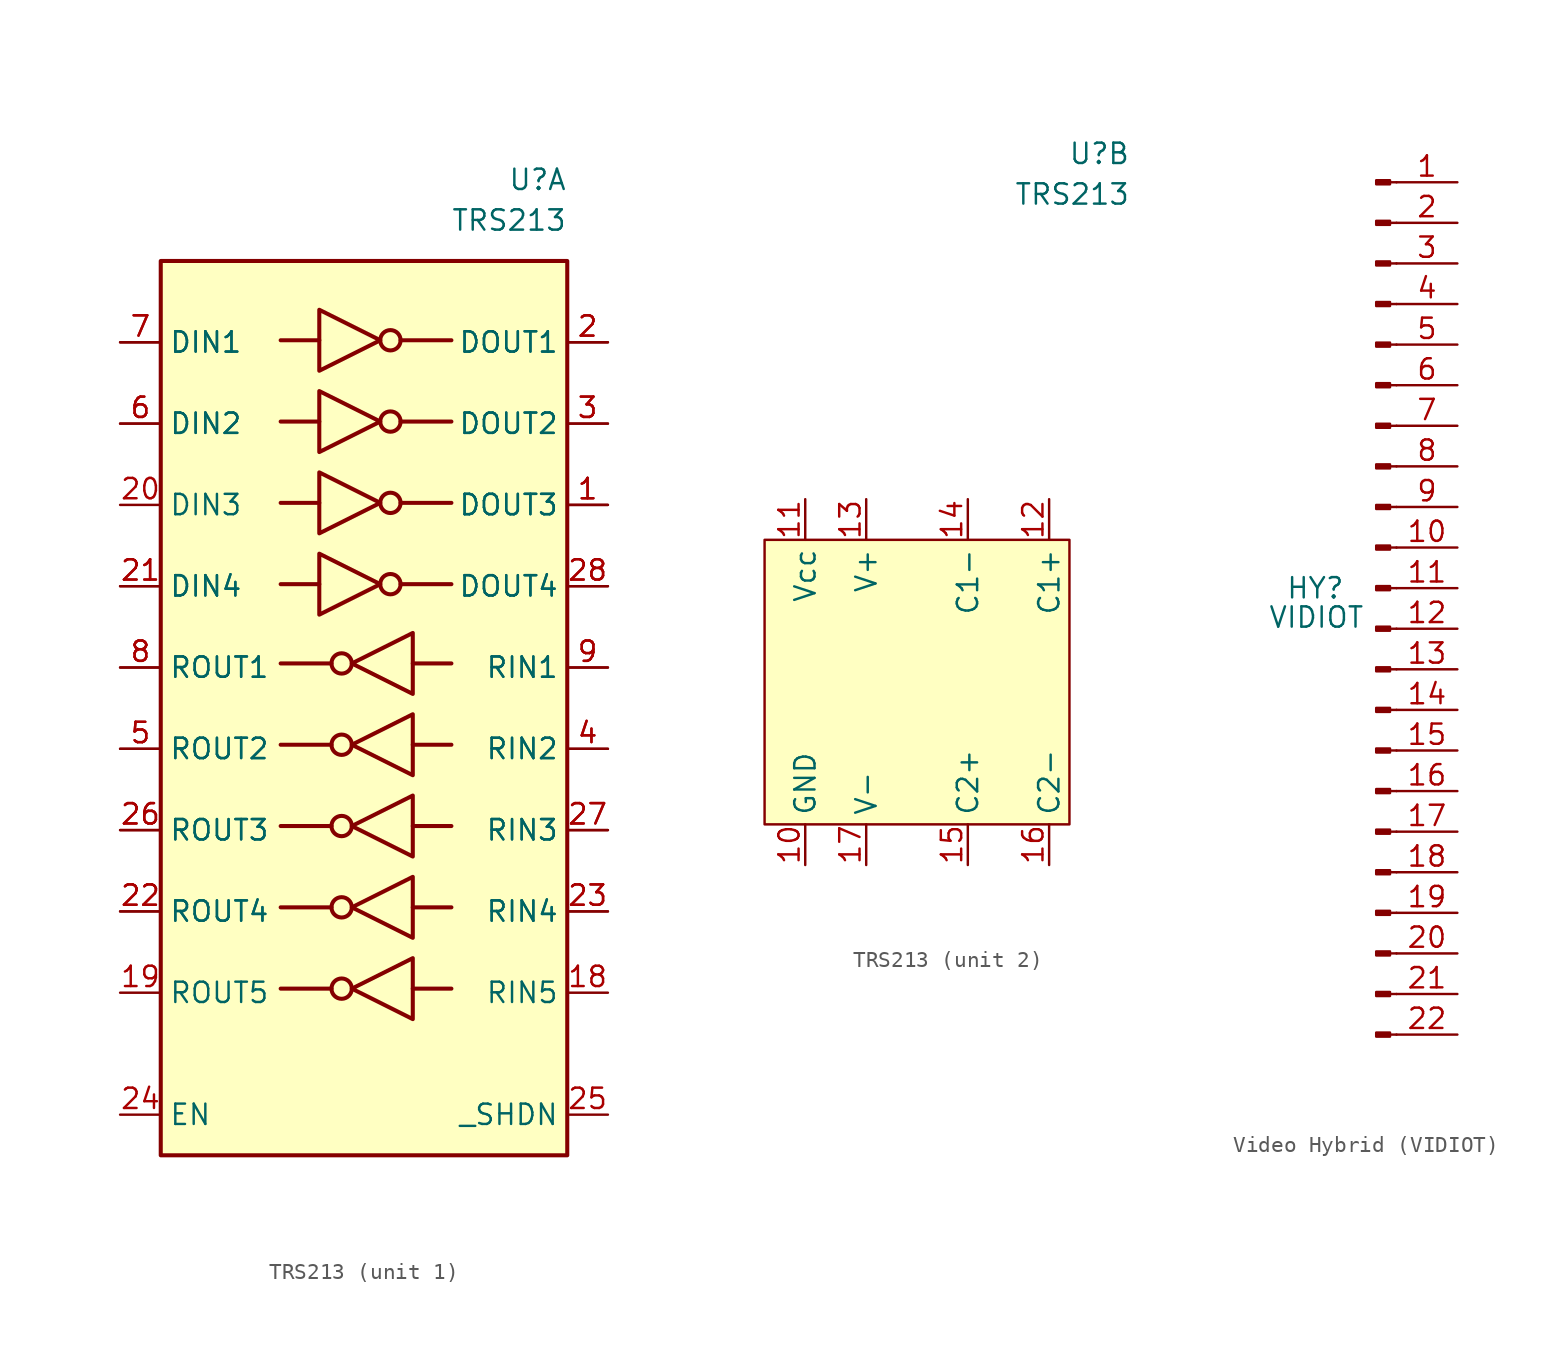
<source format=kicad_sym>
(kicad_symbol_lib
  (version 20231120)
  (generator "kicad_symbol_editor")
  (generator_version "8.0")
  (symbol "TRS213"
    (property "Reference" "U"
      (at 12.7 33.02 0)
      (effects (font (size 1.27 1.27)) (justify right)))
    (property "Value" "TRS213"
      (at 12.7 30.48 0)
      (effects (font (size 1.27 1.27)) (justify right)))
    (property "ki_locked" ""
      (at 0 0 0)
      (effects (font (size 1.27 1.27))))
    (symbol "TRS213_1_0"
      (pin input line (at 15.24 -17.78 180) (length 2.54) (name "RIN5" (effects (font (size 1.27 1.27)))) (number "18" (effects (font (size 1.27 1.27)))))
      (pin output line (at -15.24 -17.78 0) (length 2.54) (name "ROUT5" (effects (font (size 1.27 1.27)))) (number "19" (effects (font (size 1.27 1.27)))))
      (pin input line (at -15.24 12.7 0) (length 2.54) (name "DIN3" (effects (font (size 1.27 1.27)))) (number "20" (effects (font (size 1.27 1.27)))))
      (pin input line (at -15.24 7.62 0) (length 2.54) (name "DIN4" (effects (font (size 1.27 1.27)))) (number "21" (effects (font (size 1.27 1.27)))))
      (pin input line (at -15.24 7.62 0) (length 2.54) (name "DIN4" (effects (font (size 1.27 1.27)))) (number "21" (effects (font (size 1.27 1.27)))))
      (pin output line (at -15.24 -12.7 0) (length 2.54) (name "ROUT4" (effects (font (size 1.27 1.27)))) (number "22" (effects (font (size 1.27 1.27)))))
      (pin output line (at -15.24 -12.7 0) (length 2.54) (name "ROUT4" (effects (font (size 1.27 1.27)))) (number "22" (effects (font (size 1.27 1.27)))))
      (pin input line (at 15.24 -12.7 180) (length 2.54) (name "RIN4" (effects (font (size 1.27 1.27)))) (number "23" (effects (font (size 1.27 1.27)))))
      (pin input line (at 15.24 -12.7 180) (length 2.54) (name "RIN4" (effects (font (size 1.27 1.27)))) (number "23" (effects (font (size 1.27 1.27)))))
      (pin input line (at -15.24 -25.4 0) (length 2.54) (name "EN" (effects (font (size 1.27 1.27)))) (number "24" (effects (font (size 1.27 1.27)))))
      (pin input line (at 15.24 -25.4 180) (length 2.54) (name "_SHDN" (effects (font (size 1.27 1.27)))) (number "25" (effects (font (size 1.27 1.27)))))
      (pin output line (at -15.24 -7.62 0) (length 2.54) (name "ROUT3" (effects (font (size 1.27 1.27)))) (number "26" (effects (font (size 1.27 1.27)))))
      (pin output line (at -15.24 -7.62 0) (length 2.54) (name "ROUT3" (effects (font (size 1.27 1.27)))) (number "26" (effects (font (size 1.27 1.27)))))
      (pin input line (at 15.24 -7.62 180) (length 2.54) (name "RIN3" (effects (font (size 1.27 1.27)))) (number "27" (effects (font (size 1.27 1.27)))))
      (pin input line (at 15.24 -7.62 180) (length 2.54) (name "RIN3" (effects (font (size 1.27 1.27)))) (number "27" (effects (font (size 1.27 1.27)))))
      (pin output line (at 15.24 7.62 180) (length 2.54) (name "DOUT4" (effects (font (size 1.27 1.27)))) (number "28" (effects (font (size 1.27 1.27)))))
      (pin output line (at 15.24 7.62 180) (length 2.54) (name "DOUT4" (effects (font (size 1.27 1.27)))) (number "28" (effects (font (size 1.27 1.27))))))
    (symbol "TRS213_1_1"
      (rectangle (start -12.7 27.94) (end 12.7 -27.94) (stroke (width 0.254) (type default)) (fill (type background)))
      (circle (center -1.397 -17.526) (radius 0.635) (stroke (width 0.254) (type default)) (fill (type none)))
      (circle (center -1.397 -12.446) (radius 0.635) (stroke (width 0.254) (type default)) (fill (type none)))
      (circle (center -1.397 -7.366) (radius 0.635) (stroke (width 0.254) (type default)) (fill (type none)))
      (circle (center -1.397 -2.286) (radius 0.635) (stroke (width 0.254) (type default)) (fill (type none)))
      (circle (center -1.397 2.794) (radius 0.635) (stroke (width 0.254) (type default)) (fill (type none)))
      (polyline (pts (xy -2.794 7.747) (xy -5.207 7.747)) (stroke (width 0.254) (type default)) (fill (type none)))
      (polyline (pts (xy -2.794 12.827) (xy -5.207 12.827)) (stroke (width 0.254) (type default)) (fill (type none)))
      (polyline (pts (xy -2.794 17.907) (xy -5.207 17.907)) (stroke (width 0.254) (type default)) (fill (type none)))
      (polyline (pts (xy -2.794 22.987) (xy -5.207 22.987)) (stroke (width 0.254) (type default)) (fill (type none)))
      (polyline (pts (xy -2.032 -17.526) (xy -5.207 -17.526)) (stroke (width 0.254) (type default)) (fill (type none)))
      (polyline (pts (xy -2.032 -12.446) (xy -5.207 -12.446)) (stroke (width 0.254) (type default)) (fill (type none)))
      (polyline (pts (xy -2.032 -7.366) (xy -5.207 -7.366)) (stroke (width 0.254) (type default)) (fill (type none)))
      (polyline (pts (xy -2.032 -2.286) (xy -5.207 -2.286)) (stroke (width 0.254) (type default)) (fill (type none)))
      (polyline (pts (xy -2.032 2.794) (xy -5.207 2.794)) (stroke (width 0.254) (type default)) (fill (type none)))
      (polyline (pts (xy 2.286 7.747) (xy 5.461 7.747)) (stroke (width 0.254) (type default)) (fill (type none)))
      (polyline (pts (xy 2.286 12.827) (xy 5.461 12.827)) (stroke (width 0.254) (type default)) (fill (type none)))
      (polyline (pts (xy 2.286 17.907) (xy 5.461 17.907)) (stroke (width 0.254) (type default)) (fill (type none)))
      (polyline (pts (xy 2.286 22.987) (xy 5.461 22.987)) (stroke (width 0.254) (type default)) (fill (type none)))
      (polyline (pts (xy 3.048 -17.526) (xy 5.461 -17.526)) (stroke (width 0.254) (type default)) (fill (type none)))
      (polyline (pts (xy 3.048 -12.446) (xy 5.461 -12.446)) (stroke (width 0.254) (type default)) (fill (type none)))
      (polyline (pts (xy 3.048 -7.366) (xy 5.461 -7.366)) (stroke (width 0.254) (type default)) (fill (type none)))
      (polyline (pts (xy 3.048 -2.286) (xy 5.461 -2.286)) (stroke (width 0.254) (type default)) (fill (type none)))
      (polyline (pts (xy 3.048 2.794) (xy 5.461 2.794)) (stroke (width 0.254) (type default)) (fill (type none)))
      (polyline (pts (xy -2.794 5.842) (xy -2.794 9.652) (xy 1.016 7.747) (xy -2.794 5.842)) (stroke (width 0.254) (type default)) (fill (type none)))
      (polyline (pts (xy -2.794 10.922) (xy -2.794 14.732) (xy 1.016 12.827) (xy -2.794 10.922)) (stroke (width 0.254) (type default)) (fill (type none)))
      (polyline (pts (xy -2.794 16.002) (xy -2.794 19.812) (xy 1.016 17.907) (xy -2.794 16.002)) (stroke (width 0.254) (type default)) (fill (type none)))
      (polyline (pts (xy -2.794 21.082) (xy -2.794 24.892) (xy 1.016 22.987) (xy -2.794 21.082)) (stroke (width 0.254) (type default)) (fill (type none)))
      (polyline (pts (xy 3.048 -15.621) (xy 3.048 -19.431) (xy -0.762 -17.526) (xy 3.048 -15.621)) (stroke (width 0.254) (type default)) (fill (type none)))
      (polyline (pts (xy 3.048 -10.541) (xy 3.048 -14.351) (xy -0.762 -12.446) (xy 3.048 -10.541)) (stroke (width 0.254) (type default)) (fill (type none)))
      (polyline (pts (xy 3.048 -5.461) (xy 3.048 -9.271) (xy -0.762 -7.366) (xy 3.048 -5.461)) (stroke (width 0.254) (type default)) (fill (type none)))
      (polyline (pts (xy 3.048 -0.381) (xy 3.048 -4.191) (xy -0.762 -2.286) (xy 3.048 -0.381)) (stroke (width 0.254) (type default)) (fill (type none)))
      (polyline (pts (xy 3.048 4.699) (xy 3.048 0.889) (xy -0.762 2.794) (xy 3.048 4.699)) (stroke (width 0.254) (type default)) (fill (type none)))
      (circle (center 1.651 7.747) (radius 0.635) (stroke (width 0.254) (type default)) (fill (type none)))
      (circle (center 1.651 12.827) (radius 0.635) (stroke (width 0.254) (type default)) (fill (type none)))
      (circle (center 1.651 17.907) (radius 0.635) (stroke (width 0.254) (type default)) (fill (type none)))
      (circle (center 1.651 22.987) (radius 0.635) (stroke (width 0.254) (type default)) (fill (type none)))
      (pin output line (at 15.24 12.7 180) (length 2.54) (name "DOUT3" (effects (font (size 1.27 1.27)))) (number "1" (effects (font (size 1.27 1.27)))))
      (pin output line (at 15.24 12.7 180) (length 2.54) (name "DOUT3" (effects (font (size 1.27 1.27)))) (number "1" (effects (font (size 1.27 1.27)))))
      (pin output line (at 15.24 22.86 180) (length 2.54) (name "DOUT1" (effects (font (size 1.27 1.27)))) (number "2" (effects (font (size 1.27 1.27)))))
      (pin output line (at 15.24 22.86 180) (length 2.54) (name "DOUT1" (effects (font (size 1.27 1.27)))) (number "2" (effects (font (size 1.27 1.27)))))
      (pin output line (at 15.24 17.78 180) (length 2.54) (name "DOUT2" (effects (font (size 1.27 1.27)))) (number "3" (effects (font (size 1.27 1.27)))))
      (pin output line (at 15.24 17.78 180) (length 2.54) (name "DOUT2" (effects (font (size 1.27 1.27)))) (number "3" (effects (font (size 1.27 1.27)))))
      (pin input line (at 15.24 -2.54 180) (length 2.54) (name "RIN2" (effects (font (size 1.27 1.27)))) (number "4" (effects (font (size 1.27 1.27)))))
      (pin input line (at 15.24 -2.54 180) (length 2.54) (name "RIN2" (effects (font (size 1.27 1.27)))) (number "4" (effects (font (size 1.27 1.27)))))
      (pin output line (at -15.24 -2.54 0) (length 2.54) (name "ROUT2" (effects (font (size 1.27 1.27)))) (number "5" (effects (font (size 1.27 1.27)))))
      (pin output line (at -15.24 -2.54 0) (length 2.54) (name "ROUT2" (effects (font (size 1.27 1.27)))) (number "5" (effects (font (size 1.27 1.27)))))
      (pin input line (at -15.24 17.78 0) (length 2.54) (name "DIN2" (effects (font (size 1.27 1.27)))) (number "6" (effects (font (size 1.27 1.27)))))
      (pin input line (at -15.24 17.78 0) (length 2.54) (name "DIN2" (effects (font (size 1.27 1.27)))) (number "6" (effects (font (size 1.27 1.27)))))
      (pin input line (at -15.24 22.86 0) (length 2.54) (name "DIN1" (effects (font (size 1.27 1.27)))) (number "7" (effects (font (size 1.27 1.27)))))
      (pin input line (at -15.24 22.86 0) (length 2.54) (name "DIN1" (effects (font (size 1.27 1.27)))) (number "7" (effects (font (size 1.27 1.27)))))
      (pin output line (at -15.24 2.54 0) (length 2.54) (name "ROUT1" (effects (font (size 1.27 1.27)))) (number "8" (effects (font (size 1.27 1.27)))))
      (pin output line (at -15.24 2.54 0) (length 2.54) (name "ROUT1" (effects (font (size 1.27 1.27)))) (number "8" (effects (font (size 1.27 1.27)))))
      (pin input line (at 15.24 2.54 180) (length 2.54) (name "RIN1" (effects (font (size 1.27 1.27)))) (number "9" (effects (font (size 1.27 1.27)))))
      (pin input line (at 15.24 2.54 180) (length 2.54) (name "RIN1" (effects (font (size 1.27 1.27)))) (number "9" (effects (font (size 1.27 1.27))))))
    (symbol "TRS213_2_0"
      (pin passive line (at -3.81 -11.43 90) (length 2.54) (name "V-" (effects (font (size 1.27 1.27)))) (number "17" (effects (font (size 1.27 1.27))))))
    (symbol "TRS213_2_1"
      (rectangle (start -10.16 8.89) (end 8.89 -8.89) (stroke (width 0) (type default)) (fill (type background)))
      (pin power_in line (at -7.62 -11.43 90) (length 2.54) (name "GND" (effects (font (size 1.27 1.27)))) (number "10" (effects (font (size 1.27 1.27)))))
      (pin power_in line (at -7.62 11.43 270) (length 2.54) (name "Vcc" (effects (font (size 1.27 1.27)))) (number "11" (effects (font (size 1.27 1.27)))))
      (pin passive line (at 7.62 11.43 270) (length 2.54) (name "C1+" (effects (font (size 1.27 1.27)))) (number "12" (effects (font (size 1.27 1.27)))))
      (pin passive line (at -3.81 11.43 270) (length 2.54) (name "V+" (effects (font (size 1.27 1.27)))) (number "13" (effects (font (size 1.27 1.27)))))
      (pin passive line (at 2.54 11.43 270) (length 2.54) (name "C1-" (effects (font (size 1.27 1.27)))) (number "14" (effects (font (size 1.27 1.27)))))
      (pin passive line (at 2.54 -11.43 90) (length 2.54) (name "C2+" (effects (font (size 1.27 1.27)))) (number "15" (effects (font (size 1.27 1.27)))))
      (pin passive line (at 7.62 -11.43 90) (length 2.54) (name "C2-" (effects (font (size 1.27 1.27)))) (number "16" (effects (font (size 1.27 1.27)))))))
  (symbol "Video Hybrid (VIDIOT)"
    (pin_names
      (offset 1.016) hide)
    (property "Reference" "HY"
      (at -3.81 0 0)
      (effects (font (size 1.27 1.27))))
    (property "Value" "VIDIOT"
      (at -0.711 -1.829 0)
      (effects (font (size 1.27 1.27)) (justify right)))
    (symbol "Video Hybrid (VIDIOT)_1_1"
      (polyline (pts (xy 1.27 -27.94) (xy 0.864 -27.94)) (stroke (width 0.152) (type solid)) (fill (type none)))
      (polyline (pts (xy 1.27 -25.4) (xy 0.864 -25.4)) (stroke (width 0.152) (type solid)) (fill (type none)))
      (polyline (pts (xy 1.27 -22.86) (xy 0.864 -22.86)) (stroke (width 0.152) (type solid)) (fill (type none)))
      (polyline (pts (xy 1.27 -20.32) (xy 0.864 -20.32)) (stroke (width 0.152) (type solid)) (fill (type none)))
      (polyline (pts (xy 1.27 -17.78) (xy 0.864 -17.78)) (stroke (width 0.152) (type solid)) (fill (type none)))
      (polyline (pts (xy 1.27 -15.24) (xy 0.864 -15.24)) (stroke (width 0.152) (type solid)) (fill (type none)))
      (polyline (pts (xy 1.27 -12.7) (xy 0.864 -12.7)) (stroke (width 0.152) (type solid)) (fill (type none)))
      (polyline (pts (xy 1.27 -10.16) (xy 0.864 -10.16)) (stroke (width 0.152) (type solid)) (fill (type none)))
      (polyline (pts (xy 1.27 -7.62) (xy 0.864 -7.62)) (stroke (width 0.152) (type solid)) (fill (type none)))
      (polyline (pts (xy 1.27 -5.08) (xy 0.864 -5.08)) (stroke (width 0.152) (type solid)) (fill (type none)))
      (polyline (pts (xy 1.27 -2.54) (xy 0.864 -2.54)) (stroke (width 0.152) (type solid)) (fill (type none)))
      (polyline (pts (xy 1.27 0) (xy 0.864 0)) (stroke (width 0.152) (type solid)) (fill (type none)))
      (polyline (pts (xy 1.27 2.54) (xy 0.864 2.54)) (stroke (width 0.152) (type solid)) (fill (type none)))
      (polyline (pts (xy 1.27 5.08) (xy 0.864 5.08)) (stroke (width 0.152) (type solid)) (fill (type none)))
      (polyline (pts (xy 1.27 7.62) (xy 0.864 7.62)) (stroke (width 0.152) (type solid)) (fill (type none)))
      (polyline (pts (xy 1.27 10.16) (xy 0.864 10.16)) (stroke (width 0.152) (type solid)) (fill (type none)))
      (polyline (pts (xy 1.27 12.7) (xy 0.864 12.7)) (stroke (width 0.152) (type solid)) (fill (type none)))
      (polyline (pts (xy 1.27 15.24) (xy 0.864 15.24)) (stroke (width 0.152) (type solid)) (fill (type none)))
      (polyline (pts (xy 1.27 17.78) (xy 0.864 17.78)) (stroke (width 0.152) (type solid)) (fill (type none)))
      (polyline (pts (xy 1.27 20.32) (xy 0.864 20.32)) (stroke (width 0.152) (type solid)) (fill (type none)))
      (polyline (pts (xy 1.27 22.86) (xy 0.864 22.86)) (stroke (width 0.152) (type solid)) (fill (type none)))
      (polyline (pts (xy 1.27 25.4) (xy 0.864 25.4)) (stroke (width 0.152) (type solid)) (fill (type none)))
      (rectangle (start 0.864 -27.813) (end 0 -28.067) (stroke (width 0.152) (type solid)) (fill (type outline)))
      (rectangle (start 0.864 -25.273) (end 0 -25.527) (stroke (width 0.152) (type solid)) (fill (type outline)))
      (rectangle (start 0.864 -22.733) (end 0 -22.987) (stroke (width 0.152) (type solid)) (fill (type outline)))
      (rectangle (start 0.864 -20.193) (end 0 -20.447) (stroke (width 0.152) (type solid)) (fill (type outline)))
      (rectangle (start 0.864 -17.653) (end 0 -17.907) (stroke (width 0.152) (type solid)) (fill (type outline)))
      (rectangle (start 0.864 -15.113) (end 0 -15.367) (stroke (width 0.152) (type solid)) (fill (type outline)))
      (rectangle (start 0.864 -12.573) (end 0 -12.827) (stroke (width 0.152) (type solid)) (fill (type outline)))
      (rectangle (start 0.864 -10.033) (end 0 -10.287) (stroke (width 0.152) (type solid)) (fill (type outline)))
      (rectangle (start 0.864 -7.493) (end 0 -7.747) (stroke (width 0.152) (type solid)) (fill (type outline)))
      (rectangle (start 0.864 -4.953) (end 0 -5.207) (stroke (width 0.152) (type solid)) (fill (type outline)))
      (rectangle (start 0.864 -2.413) (end 0 -2.667) (stroke (width 0.152) (type solid)) (fill (type outline)))
      (rectangle (start 0.864 0.127) (end 0 -0.127) (stroke (width 0.152) (type solid)) (fill (type outline)))
      (rectangle (start 0.864 2.667) (end 0 2.413) (stroke (width 0.152) (type solid)) (fill (type outline)))
      (rectangle (start 0.864 5.207) (end 0 4.953) (stroke (width 0.152) (type solid)) (fill (type outline)))
      (rectangle (start 0.864 7.747) (end 0 7.493) (stroke (width 0.152) (type solid)) (fill (type outline)))
      (rectangle (start 0.864 10.287) (end 0 10.033) (stroke (width 0.152) (type solid)) (fill (type outline)))
      (rectangle (start 0.864 12.827) (end 0 12.573) (stroke (width 0.152) (type solid)) (fill (type outline)))
      (rectangle (start 0.864 15.367) (end 0 15.113) (stroke (width 0.152) (type solid)) (fill (type outline)))
      (rectangle (start 0.864 17.907) (end 0 17.653) (stroke (width 0.152) (type solid)) (fill (type outline)))
      (rectangle (start 0.864 20.447) (end 0 20.193) (stroke (width 0.152) (type solid)) (fill (type outline)))
      (rectangle (start 0.864 22.987) (end 0 22.733) (stroke (width 0.152) (type solid)) (fill (type outline)))
      (rectangle (start 0.864 25.527) (end 0 25.273) (stroke (width 0.152) (type solid)) (fill (type outline)))
      (pin passive line (at 5.08 25.4 180) (length 3.81) (name "Pin_1" (effects (font (size 1.27 1.27)))) (number "1" (effects (font (size 1.27 1.27)))))
      (pin passive line (at 5.08 2.54 180) (length 3.81) (name "Pin_10" (effects (font (size 1.27 1.27)))) (number "10" (effects (font (size 1.27 1.27)))))
      (pin passive line (at 5.08 0 180) (length 3.81) (name "Pin_11" (effects (font (size 1.27 1.27)))) (number "11" (effects (font (size 1.27 1.27)))))
      (pin passive line (at 5.08 -2.54 180) (length 3.81) (name "Pin_12" (effects (font (size 1.27 1.27)))) (number "12" (effects (font (size 1.27 1.27)))))
      (pin passive line (at 5.08 -5.08 180) (length 3.81) (name "Pin_13" (effects (font (size 1.27 1.27)))) (number "13" (effects (font (size 1.27 1.27)))))
      (pin passive line (at 5.08 -7.62 180) (length 3.81) (name "Pin_14" (effects (font (size 1.27 1.27)))) (number "14" (effects (font (size 1.27 1.27)))))
      (pin passive line (at 5.08 -10.16 180) (length 3.81) (name "Pin_15" (effects (font (size 1.27 1.27)))) (number "15" (effects (font (size 1.27 1.27)))))
      (pin passive line (at 5.08 -12.7 180) (length 3.81) (name "Pin_16" (effects (font (size 1.27 1.27)))) (number "16" (effects (font (size 1.27 1.27)))))
      (pin passive line (at 5.08 -15.24 180) (length 3.81) (name "Pin_17" (effects (font (size 1.27 1.27)))) (number "17" (effects (font (size 1.27 1.27)))))
      (pin passive line (at 5.08 -17.78 180) (length 3.81) (name "Pin_18" (effects (font (size 1.27 1.27)))) (number "18" (effects (font (size 1.27 1.27)))))
      (pin passive line (at 5.08 -20.32 180) (length 3.81) (name "Pin_19" (effects (font (size 1.27 1.27)))) (number "19" (effects (font (size 1.27 1.27)))))
      (pin passive line (at 5.08 22.86 180) (length 3.81) (name "Pin_2" (effects (font (size 1.27 1.27)))) (number "2" (effects (font (size 1.27 1.27)))))
      (pin passive line (at 5.08 -22.86 180) (length 3.81) (name "Pin_20" (effects (font (size 1.27 1.27)))) (number "20" (effects (font (size 1.27 1.27)))))
      (pin passive line (at 5.08 -25.4 180) (length 3.81) (name "Pin_21" (effects (font (size 1.27 1.27)))) (number "21" (effects (font (size 1.27 1.27)))))
      (pin passive line (at 5.08 -27.94 180) (length 3.81) (name "Pin_22" (effects (font (size 1.27 1.27)))) (number "22" (effects (font (size 1.27 1.27)))))
      (pin passive line (at 5.08 20.32 180) (length 3.81) (name "Pin_3" (effects (font (size 1.27 1.27)))) (number "3" (effects (font (size 1.27 1.27)))))
      (pin passive line (at 5.08 17.78 180) (length 3.81) (name "Pin_4" (effects (font (size 1.27 1.27)))) (number "4" (effects (font (size 1.27 1.27)))))
      (pin passive line (at 5.08 15.24 180) (length 3.81) (name "Pin_5" (effects (font (size 1.27 1.27)))) (number "5" (effects (font (size 1.27 1.27)))))
      (pin passive line (at 5.08 12.7 180) (length 3.81) (name "Pin_6" (effects (font (size 1.27 1.27)))) (number "6" (effects (font (size 1.27 1.27)))))
      (pin passive line (at 5.08 10.16 180) (length 3.81) (name "Pin_7" (effects (font (size 1.27 1.27)))) (number "7" (effects (font (size 1.27 1.27)))))
      (pin passive line (at 5.08 7.62 180) (length 3.81) (name "Pin_8" (effects (font (size 1.27 1.27)))) (number "8" (effects (font (size 1.27 1.27)))))
      (pin passive line (at 5.08 5.08 180) (length 3.81) (name "Pin_9" (effects (font (size 1.27 1.27)))) (number "9" (effects (font (size 1.27 1.27))))))))
</source>
